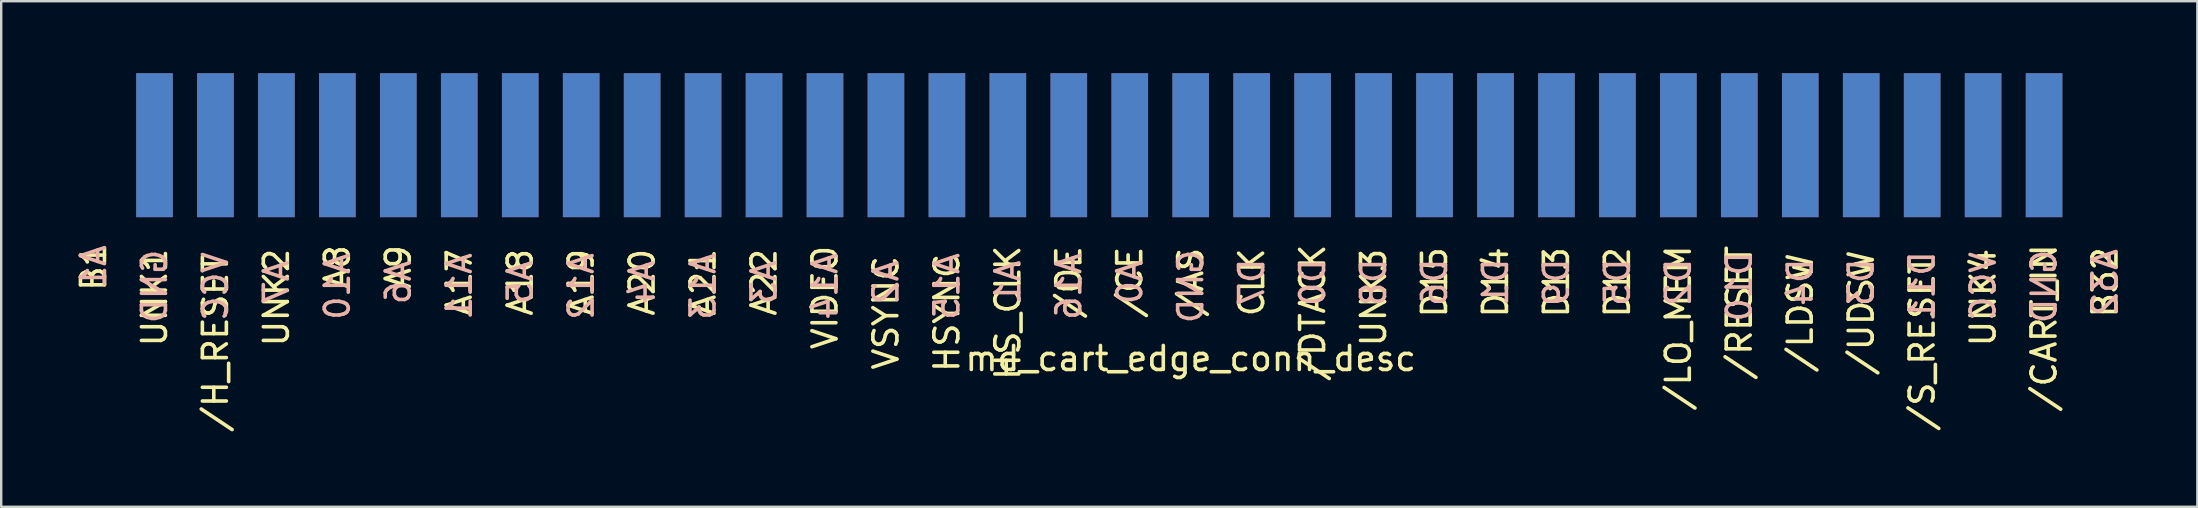
<source format=kicad_pcb>
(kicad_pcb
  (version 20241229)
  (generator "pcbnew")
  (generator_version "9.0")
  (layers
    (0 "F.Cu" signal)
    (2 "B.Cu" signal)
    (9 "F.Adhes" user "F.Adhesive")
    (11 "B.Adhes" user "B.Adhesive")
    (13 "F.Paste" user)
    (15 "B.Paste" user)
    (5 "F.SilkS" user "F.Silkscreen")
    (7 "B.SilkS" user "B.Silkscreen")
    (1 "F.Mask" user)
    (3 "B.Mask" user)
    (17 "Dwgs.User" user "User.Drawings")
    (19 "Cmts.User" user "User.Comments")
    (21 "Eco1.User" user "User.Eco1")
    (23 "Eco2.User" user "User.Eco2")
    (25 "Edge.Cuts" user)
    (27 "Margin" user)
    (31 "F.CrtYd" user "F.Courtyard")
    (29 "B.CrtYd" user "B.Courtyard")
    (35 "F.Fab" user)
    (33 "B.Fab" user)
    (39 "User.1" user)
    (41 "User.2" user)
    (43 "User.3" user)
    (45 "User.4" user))
  (footprint "md_cart_edge_conn_desc"
    (layer "F.Cu")
    (at 3.388 3)
    (property "Reference" "md_cart_edge_conn_desc" (at 43.18 8.89 0) (layer "F.SilkS") (effects (font (size 1 1) (thickness 0.15))))
    (attr through_hole)
    (fp_text user "/DTACK" (at 48.26 6.985 90) (layer "F.SilkS") (effects (font (size 1 1) (thickness 0.15))))
    (fp_text user "/H_RESET" (at 2.54 8.255 90) (layer "F.SilkS") (effects (font (size 1 1) (thickness 0.15))))
    (fp_text user "HS_CLK" (at 35.56 6.985 90) (layer "F.SilkS") (effects (font (size 1 1) (thickness 0.15))))
    (fp_text user "UNK3" (at 50.8 6.35 90) (layer "F.SilkS") (effects (font (size 1 1) (thickness 0.15))))
    (fp_text user "A22" (at 25.4 5.715 90) (layer "F.SilkS") (effects (font (size 1 1) (thickness 0.15))))
    (fp_text user "/RESET" (at 66.04 6.985 90) (layer "F.SilkS") (effects (font (size 1 1) (thickness 0.15))))
    (fp_text user "A9" (at 10.16 5.08 90) (layer "F.SilkS") (effects (font (size 1 1) (thickness 0.15))))
    (fp_text user "A17" (at 12.7 5.715 90) (layer "F.SilkS") (effects (font (size 1 1) (thickness 0.15))))
    (fp_text user "A18" (at 15.24 5.715 90) (layer "F.SilkS") (effects (font (size 1 1) (thickness 0.15))))
    (fp_text user "/LO_MEM" (at 63.5 7.62 90) (layer "F.SilkS") (effects (font (size 1 1) (thickness 0.15))))
    (fp_text user "/UDSW" (at 71.12 6.985 90) (layer "F.SilkS") (effects (font (size 1 1) (thickness 0.15))))
    (fp_text user "HSYNC" (at 33.02 6.985 90) (layer "F.SilkS") (effects (font (size 1 1) (thickness 0.15))))
    (fp_text user "A20" (at 20.32 5.715 90) (layer "F.SilkS") (effects (font (size 1 1) (thickness 0.15))))
    (fp_text user "/AS" (at 43.18 5.715 90) (layer "F.SilkS") (effects (font (size 1 1) (thickness 0.15))))
    (fp_text user "A8" (at 7.62 5.08 90) (layer "F.SilkS") (effects (font (size 1 1) (thickness 0.15))))
    (fp_text user "/OE" (at 38.1 5.715 90) (layer "F.SilkS") (effects (font (size 1 1) (thickness 0.15))))
    (fp_text user "/LDSW" (at 68.58 6.985 90) (layer "F.SilkS") (effects (font (size 1 1) (thickness 0.15))))
    (fp_text user "D14" (at 55.88 5.715 90) (layer "F.SilkS") (effects (font (size 1 1) (thickness 0.15))))
    (fp_text user "D15" (at 53.34 5.715 90) (layer "F.SilkS") (effects (font (size 1 1) (thickness 0.15))))
    (fp_text user "UNK2" (at 5.08 6.35 90) (layer "F.SilkS") (effects (font (size 1 1) (thickness 0.15))))
    (fp_text user "VSYNC" (at 30.48 6.985 90) (layer "F.SilkS") (effects (font (size 1 1) (thickness 0.15))))
    (fp_text user "UNK1" (at 0 6.35 90) (layer "F.SilkS") (effects (font (size 1 1) (thickness 0.15))))
    (fp_text user "B1" (at -2.54 5.08 90) (layer "F.SilkS") (effects (font (size 1 1) (thickness 0.15))))
    (fp_text user "VIDEO" (at 27.94 6.35 90) (layer "F.SilkS") (effects (font (size 1 1) (thickness 0.15))))
    (fp_text user "D13" (at 58.42 5.715 90) (layer "F.SilkS") (effects (font (size 1 1) (thickness 0.15))))
    (fp_text user "A21" (at 22.86 5.715 90) (layer "F.SilkS") (effects (font (size 1 1) (thickness 0.15))))
    (fp_text user "/CART_IN" (at 78.74 7.62 90) (layer "F.SilkS") (effects (font (size 1 1) (thickness 0.15))))
    (fp_text user "B32" (at 81.28 5.715 90) (layer "F.SilkS") (effects (font (size 1 1) (thickness 0.15))))
    (fp_text user "D12" (at 60.96 5.715 90) (layer "F.SilkS") (effects (font (size 1 1) (thickness 0.15))))
    (fp_text user "/CE" (at 40.64 5.715 90) (layer "F.SilkS") (effects (font (size 1 1) (thickness 0.15))))
    (fp_text user "A19" (at 17.78 5.715 90) (layer "F.SilkS") (effects (font (size 1 1) (thickness 0.15))))
    (fp_text user "CLK" (at 45.72 5.715 90) (layer "F.SilkS") (effects (font (size 1 1) (thickness 0.15))))
    (fp_text user "UNK4" (at 76.2 6.35 90) (layer "F.SilkS") (effects (font (size 1 1) (thickness 0.15))))
    (fp_text user "/S_RESET" (at 73.66 8.255 90) (layer "F.SilkS") (effects (font (size 1 1) (thickness 0.15))))
    (fp_text user "A1" (at 35.56 5.715 90) (layer "B.SilkS") (effects (font (size 1 1) (thickness 0.15)) (justify mirror)))
    (fp_text user "A6" (at 10.16 5.715 90) (layer "B.SilkS") (effects (font (size 1 1) (thickness 0.15)) (justify mirror)))
    (fp_text user "A4" (at 20.32 5.715 90) (layer "B.SilkS") (effects (font (size 1 1) (thickness 0.15)) (justify mirror)))
    (fp_text user "A3" (at 25.4 5.715 90) (layer "B.SilkS") (effects (font (size 1 1) (thickness 0.15)) (justify mirror)))
    (fp_text user "A10" (at 7.62 5.886 90) (layer "B.SilkS") (effects (font (size 1 1) (thickness 0.15)) (justify mirror)))
    (fp_text user "A1" (at -2.54 5.08 90) (layer "B.SilkS") (effects (font (size 1 1) (thickness 0.15)) (justify mirror)))
    (fp_text user "GND" (at 43.18 5.886 90) (layer "B.SilkS") (effects (font (size 1 1) (thickness 0.15)) (justify mirror)))
    (fp_text user "D3" (at 71.12 5.715 90) (layer "B.SilkS") (effects (font (size 1 1) (thickness 0.15)) (justify mirror)))
    (fp_text user "A13" (at 22.86 5.886 90) (layer "B.SilkS") (effects (font (size 1 1) (thickness 0.15)) (justify mirror)))
    (fp_text user "D2" (at 63.5 5.715 90) (layer "B.SilkS") (effects (font (size 1 1) (thickness 0.15)) (justify mirror)))
    (fp_text user "A12" (at 17.78 5.886 90) (layer "B.SilkS") (effects (font (size 1 1) (thickness 0.15)) (justify mirror)))
    (fp_text user "D8" (at 50.8 5.715 90) (layer "B.SilkS") (effects (font (size 1 1) (thickness 0.15)) (justify mirror)))
    (fp_text user "D4" (at 68.58 5.715 90) (layer "B.SilkS") (effects (font (size 1 1) (thickness 0.15)) (justify mirror)))
    (fp_text user "GND" (at 78.74 5.886 90) (layer "B.SilkS") (effects (font (size 1 1) (thickness 0.15)) (justify mirror)))
    (fp_text user "D6" (at 53.34 5.715 90) (layer "B.SilkS") (effects (font (size 1 1) (thickness 0.15)) (justify mirror)))
    (fp_text user "A16" (at 38.1 5.886 90) (layer "B.SilkS") (effects (font (size 1 1) (thickness 0.15)) (justify mirror)))
    (fp_text user "D1" (at 55.88 5.715 90) (layer "B.SilkS") (effects (font (size 1 1) (thickness 0.15)) (justify mirror)))
    (fp_text user "A0" (at 40.64 5.715 90) (layer "B.SilkS") (effects (font (size 1 1) (thickness 0.15)) (justify mirror)))
    (fp_text user "D10" (at 66.04 5.886 90) (layer "B.SilkS") (effects (font (size 1 1) (thickness 0.15)) (justify mirror)))
    (fp_text user "A5" (at 15.24 5.715 90) (layer "B.SilkS") (effects (font (size 1 1) (thickness 0.15)) (justify mirror)))
    (fp_text user "VCC" (at 2.54 5.886 90) (layer "B.SilkS") (effects (font (size 1 1) (thickness 0.15)) (justify mirror)))
    (fp_text user "D9" (at 58.42 5.715 90) (layer "B.SilkS") (effects (font (size 1 1) (thickness 0.15)) (justify mirror)))
    (fp_text user "A2" (at 30.48 5.715 90) (layer "B.SilkS") (effects (font (size 1 1) (thickness 0.15)) (justify mirror)))
    (fp_text user "A11" (at 12.7 5.886 90) (layer "B.SilkS") (effects (font (size 1 1) (thickness 0.15)) (justify mirror)))
    (fp_text user "A14" (at 27.94 5.886 90) (layer "B.SilkS") (effects (font (size 1 1) (thickness 0.15)) (justify mirror)))
    (fp_text user "D11" (at 73.66 5.886 90) (layer "B.SilkS") (effects (font (size 1 1) (thickness 0.15)) (justify mirror)))
    (fp_text user "GND" (at 0 5.886 90) (layer "B.SilkS") (effects (font (size 1 1) (thickness 0.15)) (justify mirror)))
    (fp_text user "VCC" (at 76.2 5.886 90) (layer "B.SilkS") (effects (font (size 1 1) (thickness 0.15)) (justify mirror)))
    (fp_text user "A32" (at 81.28 5.715 90) (layer "B.SilkS") (effects (font (size 1 1) (thickness 0.15)) (justify mirror)))
    (fp_text user "D0" (at 48.26 5.715 90) (layer "B.SilkS") (effects (font (size 1 1) (thickness 0.15)) (justify mirror)))
    (fp_text user "D7" (at 45.72 5.715 90) (layer "B.SilkS") (effects (font (size 1 1) (thickness 0.15)) (justify mirror)))
    (fp_text user "D5" (at 60.96 5.715 90) (layer "B.SilkS") (effects (font (size 1 1) (thickness 0.15)) (justify mirror)))
    (fp_text user "A15" (at 33.02 5.886 90) (layer "B.SilkS") (effects (font (size 1 1) (thickness 0.15)) (justify mirror)))
    (fp_text user "A7" (at 5.08 5.715 90) (layer "B.SilkS") (effects (font (size 1 1) (thickness 0.15)) (justify mirror)))
    (pad "A01" smd rect (at 0 0) (size 1.524 6) (layers "B.Cu" "B.Mask" "B.Paste"))
    (pad "A02" smd rect (at 2.54 0) (size 1.524 6) (layers "B.Cu" "B.Mask" "B.Paste"))
    (pad "A03" smd rect (at 5.08 0) (size 1.524 6) (layers "B.Cu" "B.Mask" "B.Paste"))
    (pad "A04" smd rect (at 7.62 0) (size 1.524 6) (layers "B.Cu" "B.Mask" "B.Paste"))
    (pad "A05" smd rect (at 10.16 0) (size 1.524 6) (layers "B.Cu" "B.Mask" "B.Paste"))
    (pad "A06" smd rect (at 12.7 0) (size 1.524 6) (layers "B.Cu" "B.Mask" "B.Paste"))
    (pad "A07" smd rect (at 15.24 0) (size 1.524 6) (layers "B.Cu" "B.Mask" "B.Paste"))
    (pad "A08" smd rect (at 17.78 0) (size 1.524 6) (layers "B.Cu" "B.Mask" "B.Paste"))
    (pad "A09" smd rect (at 20.32 0) (size 1.524 6) (layers "B.Cu" "B.Mask" "B.Paste"))
    (pad "A10" smd rect (at 22.86 0) (size 1.524 6) (layers "B.Cu" "B.Mask" "B.Paste"))
    (pad "A11" smd rect (at 25.4 0) (size 1.524 6) (layers "B.Cu" "B.Mask" "B.Paste"))
    (pad "A12" smd rect (at 27.94 0) (size 1.524 6) (layers "B.Cu" "B.Mask" "B.Paste"))
    (pad "A13" smd rect (at 30.48 0) (size 1.524 6) (layers "B.Cu" "B.Mask" "B.Paste"))
    (pad "A14" smd rect (at 33.02 0) (size 1.524 6) (layers "B.Cu" "B.Mask" "B.Paste"))
    (pad "A15" smd rect (at 35.56 0) (size 1.524 6) (layers "B.Cu" "B.Mask" "B.Paste"))
    (pad "A16" smd rect (at 38.1 0) (size 1.524 6) (layers "B.Cu" "B.Mask" "B.Paste"))
    (pad "A17" smd rect (at 40.64 0) (size 1.524 6) (layers "B.Cu" "B.Mask" "B.Paste"))
    (pad "A18" smd rect (at 43.18 0) (size 1.524 6) (layers "B.Cu" "B.Mask" "B.Paste"))
    (pad "A19" smd rect (at 45.72 0) (size 1.524 6) (layers "B.Cu" "B.Mask" "B.Paste"))
    (pad "A20" smd rect (at 48.26 0) (size 1.524 6) (layers "B.Cu" "B.Mask" "B.Paste"))
    (pad "A21" smd rect (at 50.8 0) (size 1.524 6) (layers "B.Cu" "B.Mask" "B.Paste"))
    (pad "A22" smd rect (at 53.34 0) (size 1.524 6) (layers "B.Cu" "B.Mask" "B.Paste"))
    (pad "A23" smd rect (at 55.88 0) (size 1.524 6) (layers "B.Cu" "B.Mask" "B.Paste"))
    (pad "A24" smd rect (at 58.42 0) (size 1.524 6) (layers "B.Cu" "B.Mask" "B.Paste"))
    (pad "A25" smd rect (at 60.96 0) (size 1.524 6) (layers "B.Cu" "B.Mask" "B.Paste"))
    (pad "A26" smd rect (at 63.5 0) (size 1.524 6) (layers "B.Cu" "B.Mask" "B.Paste"))
    (pad "A27" smd rect (at 66.04 0) (size 1.524 6) (layers "B.Cu" "B.Mask" "B.Paste"))
    (pad "A28" smd rect (at 68.58 0) (size 1.524 6) (layers "B.Cu" "B.Mask" "B.Paste"))
    (pad "A29" smd rect (at 71.12 0) (size 1.524 6) (layers "B.Cu" "B.Mask" "B.Paste"))
    (pad "A30" smd rect (at 73.66 0) (size 1.524 6) (layers "B.Cu" "B.Mask" "B.Paste"))
    (pad "A31" smd rect (at 76.2 0) (size 1.524 6) (layers "B.Cu" "B.Mask" "B.Paste"))
    (pad "A32" smd rect (at 78.74 0) (size 1.524 6) (layers "B.Cu" "B.Mask" "B.Paste"))
    (pad "B01" smd rect (at 0 0) (size 1.524 6) (layers "F.Cu" "F.Mask" "F.Paste"))
    (pad "B02" smd rect (at 2.54 0) (size 1.524 6) (layers "F.Cu" "F.Mask" "F.Paste"))
    (pad "B03" smd rect (at 5.08 0) (size 1.524 6) (layers "F.Cu" "F.Mask" "F.Paste"))
    (pad "B04" smd rect (at 7.62 0) (size 1.524 6) (layers "F.Cu" "F.Mask" "F.Paste"))
    (pad "B05" smd rect (at 10.16 0) (size 1.524 6) (layers "F.Cu" "F.Mask" "F.Paste"))
    (pad "B06" smd rect (at 12.7 0) (size 1.524 6) (layers "F.Cu" "F.Mask" "F.Paste"))
    (pad "B07" smd rect (at 15.24 0) (size 1.524 6) (layers "F.Cu" "F.Mask" "F.Paste"))
    (pad "B08" smd rect (at 17.78 0) (size 1.524 6) (layers "F.Cu" "F.Mask" "F.Paste"))
    (pad "B09" smd rect (at 20.32 0) (size 1.524 6) (layers "F.Cu" "F.Mask" "F.Paste"))
    (pad "B10" smd rect (at 22.86 0) (size 1.524 6) (layers "F.Cu" "F.Mask" "F.Paste"))
    (pad "B11" smd rect (at 25.4 0) (size 1.524 6) (layers "F.Cu" "F.Mask" "F.Paste"))
    (pad "B12" smd rect (at 27.94 0) (size 1.524 6) (layers "F.Cu" "F.Mask" "F.Paste"))
    (pad "B13" smd rect (at 30.48 0) (size 1.524 6) (layers "F.Cu" "F.Mask" "F.Paste"))
    (pad "B14" smd rect (at 33.02 0) (size 1.524 6) (layers "F.Cu" "F.Mask" "F.Paste"))
    (pad "B15" smd rect (at 35.56 0) (size 1.524 6) (layers "F.Cu" "F.Mask" "F.Paste"))
    (pad "B16" smd rect (at 38.1 0) (size 1.524 6) (layers "F.Cu" "F.Mask" "F.Paste"))
    (pad "B17" smd rect (at 40.64 0) (size 1.524 6) (layers "F.Cu" "F.Mask" "F.Paste"))
    (pad "B18" smd rect (at 43.18 0) (size 1.524 6) (layers "F.Cu" "F.Mask" "F.Paste"))
    (pad "B19" smd rect (at 45.72 0) (size 1.524 6) (layers "F.Cu" "F.Mask" "F.Paste"))
    (pad "B20" smd rect (at 48.26 0) (size 1.524 6) (layers "F.Cu" "F.Mask" "F.Paste"))
    (pad "B21" smd rect (at 50.8 0) (size 1.524 6) (layers "F.Cu" "F.Mask" "F.Paste"))
    (pad "B22" smd rect (at 53.34 0) (size 1.524 6) (layers "F.Cu" "F.Mask" "F.Paste"))
    (pad "B23" smd rect (at 55.88 0) (size 1.524 6) (layers "F.Cu" "F.Mask" "F.Paste"))
    (pad "B24" smd rect (at 58.42 0) (size 1.524 6) (layers "F.Cu" "F.Mask" "F.Paste"))
    (pad "B25" smd rect (at 60.96 0) (size 1.524 6) (layers "F.Cu" "F.Mask" "F.Paste"))
    (pad "B26" smd rect (at 63.5 0) (size 1.524 6) (layers "F.Cu" "F.Mask" "F.Paste"))
    (pad "B27" smd rect (at 66.04 0) (size 1.524 6) (layers "F.Cu" "F.Mask" "F.Paste"))
    (pad "B28" smd rect (at 68.58 0) (size 1.524 6) (layers "F.Cu" "F.Mask" "F.Paste"))
    (pad "B29" smd rect (at 71.12 0) (size 1.524 6) (layers "F.Cu" "F.Mask" "F.Paste"))
    (pad "B30" smd rect (at 73.66 0) (size 1.524 6) (layers "F.Cu" "F.Mask" "F.Paste"))
    (pad "B31" smd rect (at 76.2 0) (size 1.524 6) (layers "F.Cu" "F.Mask" "F.Paste"))
    (pad "B32" smd rect (at 78.74 0) (size 1.524 6) (layers "F.Cu" "F.Mask" "F.Paste")))
  (gr_rect
    (start -3 -3)
    (end 88.516 18.07)
    (stroke (width 0.1) (type default))
    (fill no)
    (layer "Edge.Cuts")))
</source>
